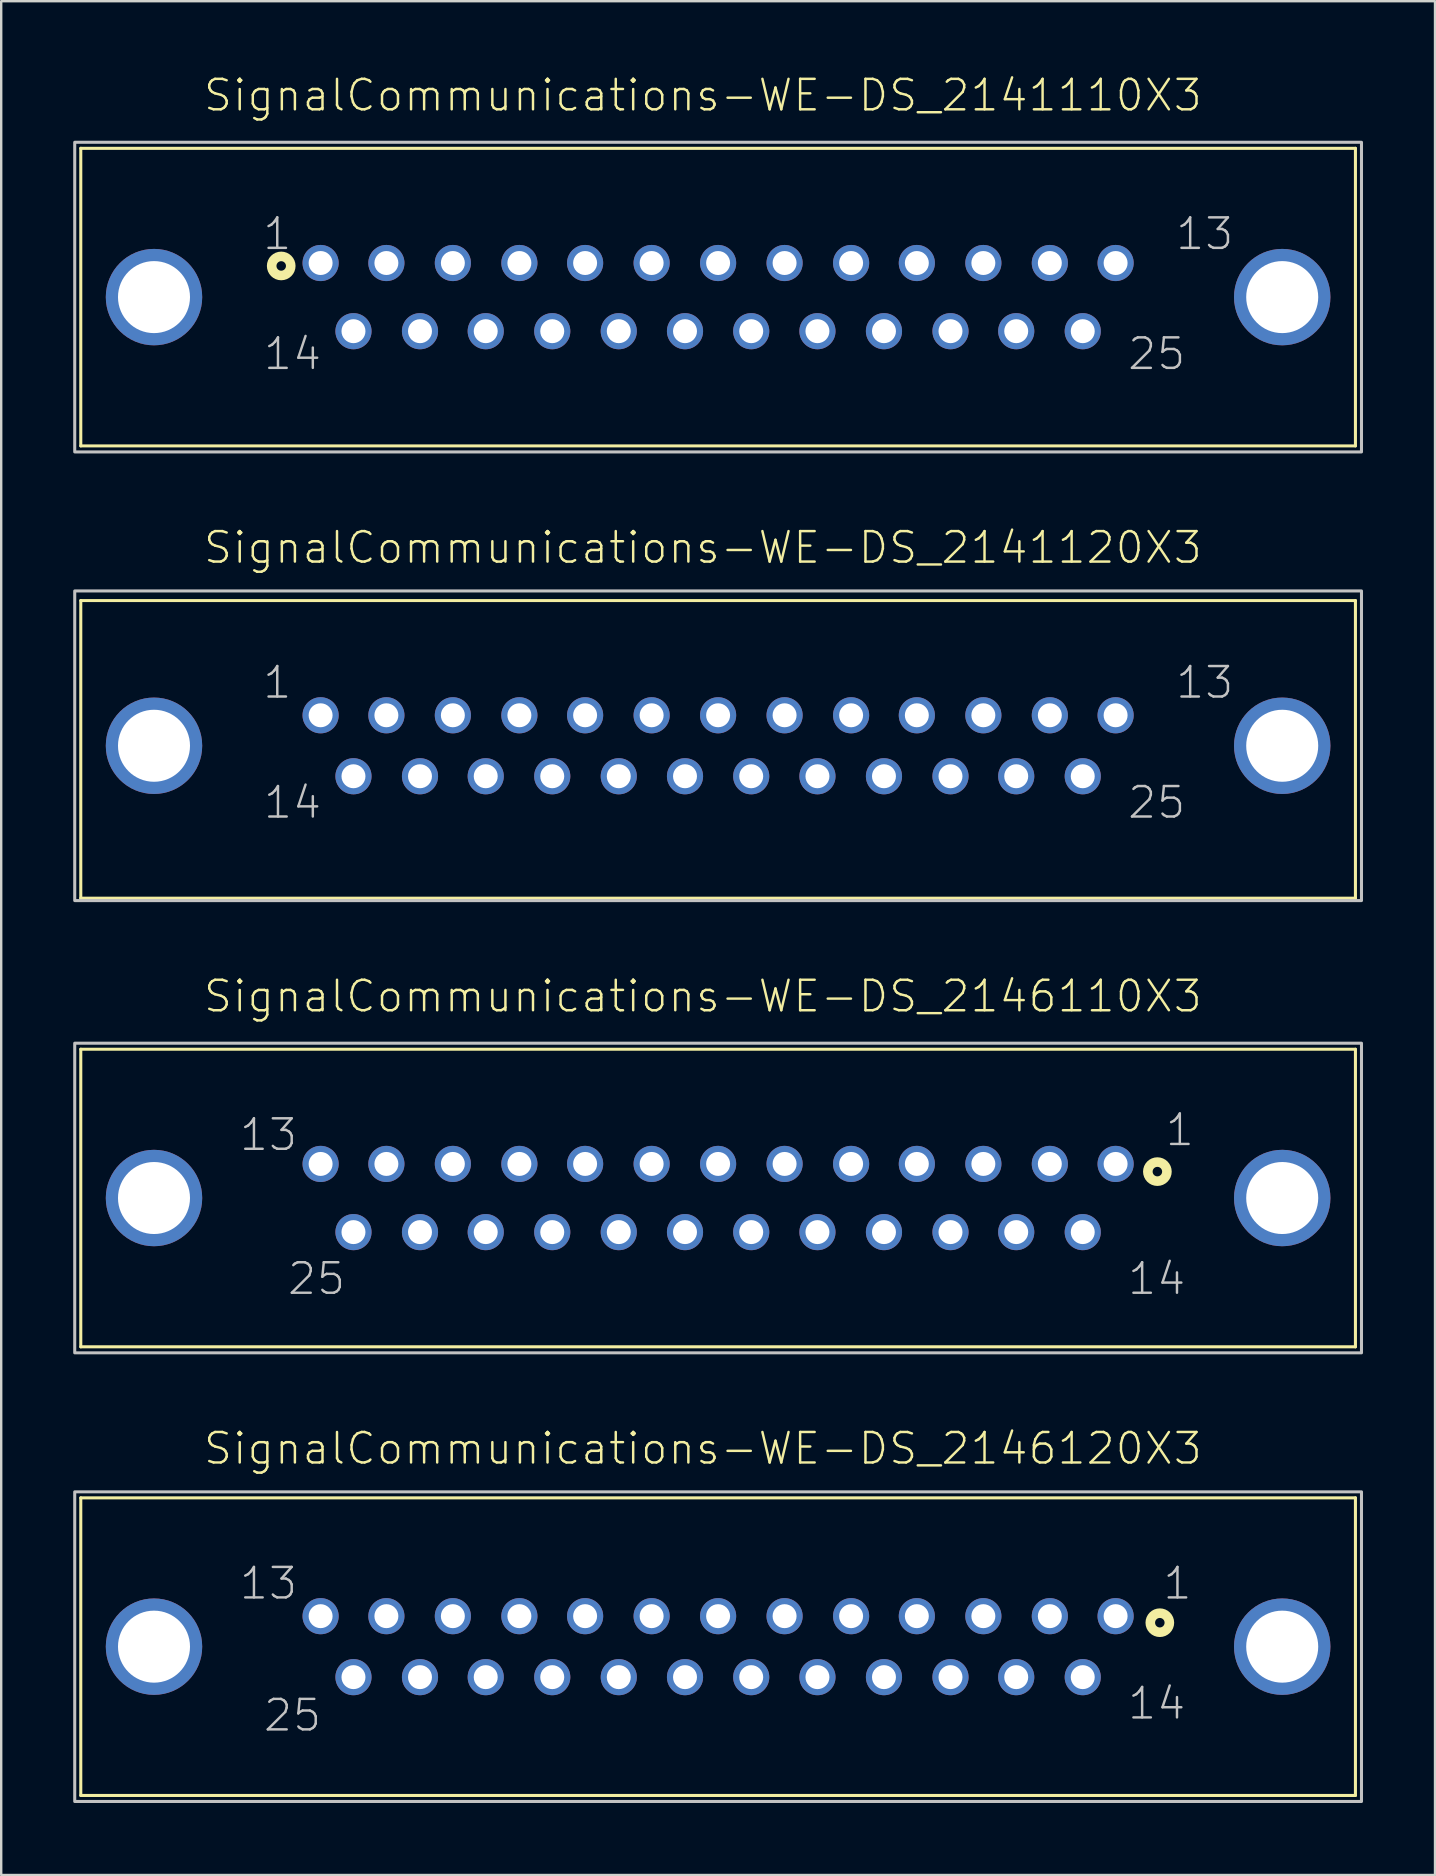
<source format=kicad_pcb>
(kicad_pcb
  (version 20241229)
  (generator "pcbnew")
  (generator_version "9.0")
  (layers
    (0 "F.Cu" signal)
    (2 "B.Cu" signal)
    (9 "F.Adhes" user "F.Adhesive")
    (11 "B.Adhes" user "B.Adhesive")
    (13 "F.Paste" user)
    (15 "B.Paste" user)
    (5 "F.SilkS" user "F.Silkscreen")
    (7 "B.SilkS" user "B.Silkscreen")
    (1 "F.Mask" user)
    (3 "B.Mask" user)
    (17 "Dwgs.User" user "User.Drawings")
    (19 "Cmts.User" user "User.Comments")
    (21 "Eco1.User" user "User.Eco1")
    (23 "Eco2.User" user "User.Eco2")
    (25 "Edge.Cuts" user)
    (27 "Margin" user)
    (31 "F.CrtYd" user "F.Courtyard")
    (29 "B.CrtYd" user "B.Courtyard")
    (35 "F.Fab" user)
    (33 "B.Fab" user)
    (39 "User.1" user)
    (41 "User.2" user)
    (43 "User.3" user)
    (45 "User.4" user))
  (footprint "SignalCommunications-WE-DS_2141110X3"
    (layer "F.Cu")
    (at 26.863 9.326)
    (property "Reference" "SignalCommunications-WE-DS_2141110X3" (at -0.635 -8.405 0) (layer "F.SilkS") (effects (font (size 1.27 1.27) (thickness 0.102))))
    (attr exclude_from_pos_files exclude_from_bom)
    (fp_line (start -26.548 -6.198) (end -26.548 6.198) (stroke (width 0.127) (type solid)) (layer "F.SilkS"))
    (fp_line (start -26.548 -6.198) (end 26.548 -6.198) (stroke (width 0.127) (type solid)) (layer "F.SilkS"))
    (fp_line (start -26.548 6.198) (end 26.548 6.198) (stroke (width 0.127) (type solid)) (layer "F.SilkS"))
    (fp_line (start 26.548 -6.198) (end 26.548 6.198) (stroke (width 0.127) (type solid)) (layer "F.SilkS"))
    (fp_circle (center -18.199 -1.298) (end -18.199 -1.496) (stroke (width 0.399) (type solid)) (fill no) (layer "F.SilkS"))
    (fp_poly (pts (xy -26.8 -6.449) (xy 26.8 -6.449) (xy 26.8 6.449) (xy -26.8 6.449) (xy -26.8 -6.449)) (stroke (width 0.127) (type solid)) (fill no) (layer "Dwgs.User"))
    (fp_text user "13" (at 20.269 -2.634 0) (layer "Dwgs.User") (effects (font (size 1.27 1.27) (thickness 0.102))))
    (fp_text user "14" (at -17.729 2.365 0) (layer "Dwgs.User") (effects (font (size 1.27 1.27) (thickness 0.102))))
    (fp_text user "25" (at 18.268 2.365 0) (layer "Dwgs.User") (effects (font (size 1.27 1.27) (thickness 0.102))))
    (fp_text user "1" (at -18.364 -2.634 0) (layer "Dwgs.User") (effects (font (size 1.27 1.27) (thickness 0.102))))
    (pad "1" thru_hole circle (at -16.558 -1.42) (size 1.506 1.506) (drill 0.998) (layers "*.Cu" "*.Paste" "*.Mask"))
    (pad "2" thru_hole circle (at -13.818 -1.42) (size 1.506 1.506) (drill 0.998) (layers "*.Cu" "*.Paste" "*.Mask"))
    (pad "3" thru_hole circle (at -11.049 -1.42) (size 1.506 1.506) (drill 0.998) (layers "*.Cu" "*.Paste" "*.Mask"))
    (pad "4" thru_hole circle (at -8.278 -1.42) (size 1.506 1.506) (drill 0.998) (layers "*.Cu" "*.Paste" "*.Mask"))
    (pad "5" thru_hole circle (at -5.54 -1.42) (size 1.506 1.506) (drill 0.998) (layers "*.Cu" "*.Paste" "*.Mask"))
    (pad "6" thru_hole circle (at -2.769 -1.42) (size 1.506 1.506) (drill 0.998) (layers "*.Cu" "*.Paste" "*.Mask"))
    (pad "7" thru_hole circle (at 0 -1.42) (size 1.506 1.506) (drill 0.998) (layers "*.Cu" "*.Paste" "*.Mask"))
    (pad "8" thru_hole circle (at 2.769 -1.42) (size 1.506 1.506) (drill 0.998) (layers "*.Cu" "*.Paste" "*.Mask"))
    (pad "9" thru_hole circle (at 5.54 -1.42) (size 1.506 1.506) (drill 0.998) (layers "*.Cu" "*.Paste" "*.Mask"))
    (pad "10" thru_hole circle (at 8.278 -1.42) (size 1.506 1.506) (drill 0.998) (layers "*.Cu" "*.Paste" "*.Mask"))
    (pad "11" thru_hole circle (at 11.049 -1.42) (size 1.506 1.506) (drill 0.998) (layers "*.Cu" "*.Paste" "*.Mask"))
    (pad "12" thru_hole circle (at 13.818 -1.42) (size 1.506 1.506) (drill 0.998) (layers "*.Cu" "*.Paste" "*.Mask"))
    (pad "13" thru_hole circle (at 16.558 -1.42) (size 1.506 1.506) (drill 0.998) (layers "*.Cu" "*.Paste" "*.Mask"))
    (pad "14" thru_hole circle (at -15.189 1.42) (size 1.506 1.506) (drill 0.998) (layers "*.Cu" "*.Paste" "*.Mask"))
    (pad "15" thru_hole circle (at -12.418 1.42) (size 1.506 1.506) (drill 0.998) (layers "*.Cu" "*.Paste" "*.Mask"))
    (pad "16" thru_hole circle (at -9.68 1.42) (size 1.506 1.506) (drill 0.998) (layers "*.Cu" "*.Paste" "*.Mask"))
    (pad "17" thru_hole circle (at -6.909 1.42) (size 1.506 1.506) (drill 0.998) (layers "*.Cu" "*.Paste" "*.Mask"))
    (pad "18" thru_hole circle (at -4.138 1.42) (size 1.506 1.506) (drill 0.998) (layers "*.Cu" "*.Paste" "*.Mask"))
    (pad "19" thru_hole circle (at -1.379 1.42) (size 1.506 1.506) (drill 0.998) (layers "*.Cu" "*.Paste" "*.Mask"))
    (pad "20" thru_hole circle (at 1.379 1.42) (size 1.506 1.506) (drill 0.998) (layers "*.Cu" "*.Paste" "*.Mask"))
    (pad "21" thru_hole circle (at 4.138 1.42) (size 1.506 1.506) (drill 0.998) (layers "*.Cu" "*.Paste" "*.Mask"))
    (pad "22" thru_hole circle (at 6.909 1.42) (size 1.506 1.506) (drill 0.998) (layers "*.Cu" "*.Paste" "*.Mask"))
    (pad "23" thru_hole circle (at 9.68 1.42) (size 1.506 1.506) (drill 0.998) (layers "*.Cu" "*.Paste" "*.Mask"))
    (pad "24" thru_hole circle (at 12.418 1.42) (size 1.506 1.506) (drill 0.998) (layers "*.Cu" "*.Paste" "*.Mask"))
    (pad "25" thru_hole circle (at 15.189 1.42) (size 1.506 1.506) (drill 0.998) (layers "*.Cu" "*.Paste" "*.Mask"))
    (pad "GND1" thru_hole circle (at -23.498 0) (size 4.016 4.016) (drill 3) (layers "*.Cu" "*.Paste" "*.Mask"))
    (pad "GND2" thru_hole circle (at 23.498 0) (size 4.016 4.016) (drill 3) (layers "*.Cu" "*.Paste" "*.Mask")))
  (footprint "SignalCommunications-WE-DS_2141120X3"
    (layer "F.Cu")
    (at 26.863 28.015)
    (property "Reference" "SignalCommunications-WE-DS_2141120X3" (at -0.635 -8.255 0) (layer "F.SilkS") (effects (font (size 1.27 1.27) (thickness 0.102))))
    (attr exclude_from_pos_files exclude_from_bom)
    (fp_line (start -26.548 -6.048) (end -26.548 6.35) (stroke (width 0.127) (type solid)) (layer "F.SilkS"))
    (fp_line (start -26.548 -6.048) (end 26.548 -6.048) (stroke (width 0.127) (type solid)) (layer "F.SilkS"))
    (fp_line (start -26.548 6.35) (end 26.548 6.35) (stroke (width 0.127) (type solid)) (layer "F.SilkS"))
    (fp_line (start 26.548 -6.048) (end 26.548 6.35) (stroke (width 0.127) (type solid)) (layer "F.SilkS"))
    (fp_poly (pts (xy -26.8 -6.449) (xy 26.8 -6.449) (xy 26.8 6.449) (xy -26.8 6.449) (xy -26.8 -6.449)) (stroke (width 0.127) (type solid)) (fill no) (layer "Dwgs.User"))
    (fp_text user "13" (at 20.269 -2.634 0) (layer "Dwgs.User") (effects (font (size 1.27 1.27) (thickness 0.102))))
    (fp_text user "25" (at 18.268 2.365 0) (layer "Dwgs.User") (effects (font (size 1.27 1.27) (thickness 0.102))))
    (fp_text user "14" (at -17.729 2.365 0) (layer "Dwgs.User") (effects (font (size 1.27 1.27) (thickness 0.102))))
    (fp_text user "1" (at -18.364 -2.634 0) (layer "Dwgs.User") (effects (font (size 1.27 1.27) (thickness 0.102))))
    (pad "1" thru_hole circle (at -16.558 -1.27) (size 1.506 1.506) (drill 0.998) (layers "*.Cu" "*.Paste" "*.Mask"))
    (pad "2" thru_hole circle (at -13.818 -1.27) (size 1.506 1.506) (drill 0.998) (layers "*.Cu" "*.Paste" "*.Mask"))
    (pad "3" thru_hole circle (at -11.049 -1.27) (size 1.506 1.506) (drill 0.998) (layers "*.Cu" "*.Paste" "*.Mask"))
    (pad "4" thru_hole circle (at -8.278 -1.27) (size 1.506 1.506) (drill 0.998) (layers "*.Cu" "*.Paste" "*.Mask"))
    (pad "5" thru_hole circle (at -5.54 -1.27) (size 1.506 1.506) (drill 0.998) (layers "*.Cu" "*.Paste" "*.Mask"))
    (pad "6" thru_hole circle (at -2.769 -1.27) (size 1.506 1.506) (drill 0.998) (layers "*.Cu" "*.Paste" "*.Mask"))
    (pad "7" thru_hole circle (at 0 -1.27) (size 1.506 1.506) (drill 0.998) (layers "*.Cu" "*.Paste" "*.Mask"))
    (pad "8" thru_hole circle (at 2.769 -1.27) (size 1.506 1.506) (drill 0.998) (layers "*.Cu" "*.Paste" "*.Mask"))
    (pad "9" thru_hole circle (at 5.54 -1.27) (size 1.506 1.506) (drill 0.998) (layers "*.Cu" "*.Paste" "*.Mask"))
    (pad "10" thru_hole circle (at 8.278 -1.27) (size 1.506 1.506) (drill 0.998) (layers "*.Cu" "*.Paste" "*.Mask"))
    (pad "11" thru_hole circle (at 11.049 -1.27) (size 1.506 1.506) (drill 0.998) (layers "*.Cu" "*.Paste" "*.Mask"))
    (pad "12" thru_hole circle (at 13.818 -1.27) (size 1.506 1.506) (drill 0.998) (layers "*.Cu" "*.Paste" "*.Mask"))
    (pad "13" thru_hole circle (at 16.558 -1.27) (size 1.506 1.506) (drill 0.998) (layers "*.Cu" "*.Paste" "*.Mask"))
    (pad "14" thru_hole circle (at -15.189 1.27) (size 1.506 1.506) (drill 0.998) (layers "*.Cu" "*.Paste" "*.Mask"))
    (pad "15" thru_hole circle (at -12.418 1.27) (size 1.506 1.506) (drill 0.998) (layers "*.Cu" "*.Paste" "*.Mask"))
    (pad "16" thru_hole circle (at -9.68 1.27) (size 1.506 1.506) (drill 0.998) (layers "*.Cu" "*.Paste" "*.Mask"))
    (pad "17" thru_hole circle (at -6.909 1.27) (size 1.506 1.506) (drill 0.998) (layers "*.Cu" "*.Paste" "*.Mask"))
    (pad "18" thru_hole circle (at -4.138 1.27) (size 1.506 1.506) (drill 0.998) (layers "*.Cu" "*.Paste" "*.Mask"))
    (pad "19" thru_hole circle (at -1.379 1.27) (size 1.506 1.506) (drill 0.998) (layers "*.Cu" "*.Paste" "*.Mask"))
    (pad "20" thru_hole circle (at 1.379 1.27) (size 1.506 1.506) (drill 0.998) (layers "*.Cu" "*.Paste" "*.Mask"))
    (pad "21" thru_hole circle (at 4.138 1.27) (size 1.506 1.506) (drill 0.998) (layers "*.Cu" "*.Paste" "*.Mask"))
    (pad "22" thru_hole circle (at 6.909 1.27) (size 1.506 1.506) (drill 0.998) (layers "*.Cu" "*.Paste" "*.Mask"))
    (pad "23" thru_hole circle (at 9.68 1.27) (size 1.506 1.506) (drill 0.998) (layers "*.Cu" "*.Paste" "*.Mask"))
    (pad "24" thru_hole circle (at 12.418 1.27) (size 1.506 1.506) (drill 0.998) (layers "*.Cu" "*.Paste" "*.Mask"))
    (pad "25" thru_hole circle (at 15.189 1.27) (size 1.506 1.506) (drill 0.998) (layers "*.Cu" "*.Paste" "*.Mask"))
    (pad "GND1" thru_hole circle (at -23.498 0) (size 4.016 4.016) (drill 3) (layers "*.Cu" "*.Paste" "*.Mask"))
    (pad "GND2" thru_hole circle (at 23.498 0) (size 4.016 4.016) (drill 3) (layers "*.Cu" "*.Paste" "*.Mask")))
  (footprint "SignalCommunications-WE-DS_2146120X3"
    (layer "F.Cu")
    (at 26.863 65.542)
    (property "Reference" "SignalCommunications-WE-DS_2146120X3" (at -0.635 -8.255 0) (layer "F.SilkS") (effects (font (size 1.27 1.27) (thickness 0.102))))
    (attr exclude_from_pos_files exclude_from_bom)
    (fp_line (start -26.548 -6.198) (end -26.548 6.198) (stroke (width 0.127) (type solid)) (layer "F.SilkS"))
    (fp_line (start -26.548 -6.198) (end 26.548 -6.198) (stroke (width 0.127) (type solid)) (layer "F.SilkS"))
    (fp_line (start -26.548 6.198) (end 26.548 6.198) (stroke (width 0.127) (type solid)) (layer "F.SilkS"))
    (fp_line (start 26.548 -6.198) (end 26.548 6.198) (stroke (width 0.127) (type solid)) (layer "F.SilkS"))
    (fp_circle (center 18.4 -0.998) (end 18.4 -1.196) (stroke (width 0.399) (type solid)) (fill no) (layer "F.SilkS"))
    (fp_poly (pts (xy -26.8 -6.449) (xy 26.8 -6.449) (xy 26.8 6.449) (xy -26.8 6.449) (xy -26.8 -6.449)) (stroke (width 0.127) (type solid)) (fill no) (layer "Dwgs.User"))
    (fp_text user "14" (at 18.268 2.365 0) (layer "Dwgs.User") (effects (font (size 1.27 1.27) (thickness 0.102))))
    (fp_text user "1" (at 19.134 -2.634 0) (layer "Dwgs.User") (effects (font (size 1.27 1.27) (thickness 0.102))))
    (fp_text user "25" (at -17.729 2.863 0) (layer "Dwgs.User") (effects (font (size 1.27 1.27) (thickness 0.102))))
    (fp_text user "13" (at -18.73 -2.634 0) (layer "Dwgs.User") (effects (font (size 1.27 1.27) (thickness 0.102))))
    (pad "1" thru_hole circle (at 16.558 -1.27) (size 1.506 1.506) (drill 0.998) (layers "*.Cu" "*.Paste" "*.Mask"))
    (pad "2" thru_hole circle (at 13.818 -1.27) (size 1.506 1.506) (drill 0.998) (layers "*.Cu" "*.Paste" "*.Mask"))
    (pad "3" thru_hole circle (at 11.049 -1.27) (size 1.506 1.506) (drill 0.998) (layers "*.Cu" "*.Paste" "*.Mask"))
    (pad "4" thru_hole circle (at 8.278 -1.27) (size 1.506 1.506) (drill 0.998) (layers "*.Cu" "*.Paste" "*.Mask"))
    (pad "5" thru_hole circle (at 5.54 -1.27) (size 1.506 1.506) (drill 0.998) (layers "*.Cu" "*.Paste" "*.Mask"))
    (pad "6" thru_hole circle (at 2.769 -1.27) (size 1.506 1.506) (drill 0.998) (layers "*.Cu" "*.Paste" "*.Mask"))
    (pad "7" thru_hole circle (at 0 -1.27) (size 1.506 1.506) (drill 0.998) (layers "*.Cu" "*.Paste" "*.Mask"))
    (pad "8" thru_hole circle (at -2.769 -1.27) (size 1.506 1.506) (drill 0.998) (layers "*.Cu" "*.Paste" "*.Mask"))
    (pad "9" thru_hole circle (at -5.54 -1.27) (size 1.506 1.506) (drill 0.998) (layers "*.Cu" "*.Paste" "*.Mask"))
    (pad "10" thru_hole circle (at -8.278 -1.27) (size 1.506 1.506) (drill 0.998) (layers "*.Cu" "*.Paste" "*.Mask"))
    (pad "11" thru_hole circle (at -11.049 -1.27) (size 1.506 1.506) (drill 0.998) (layers "*.Cu" "*.Paste" "*.Mask"))
    (pad "12" thru_hole circle (at -13.818 -1.27) (size 1.506 1.506) (drill 0.998) (layers "*.Cu" "*.Paste" "*.Mask"))
    (pad "13" thru_hole circle (at -16.558 -1.27) (size 1.506 1.506) (drill 0.998) (layers "*.Cu" "*.Paste" "*.Mask"))
    (pad "14" thru_hole circle (at 15.189 1.27) (size 1.506 1.506) (drill 0.998) (layers "*.Cu" "*.Paste" "*.Mask"))
    (pad "15" thru_hole circle (at 12.418 1.27) (size 1.506 1.506) (drill 0.998) (layers "*.Cu" "*.Paste" "*.Mask"))
    (pad "16" thru_hole circle (at 9.68 1.27) (size 1.506 1.506) (drill 0.998) (layers "*.Cu" "*.Paste" "*.Mask"))
    (pad "17" thru_hole circle (at 6.909 1.27) (size 1.506 1.506) (drill 0.998) (layers "*.Cu" "*.Paste" "*.Mask"))
    (pad "18" thru_hole circle (at 4.138 1.27) (size 1.506 1.506) (drill 0.998) (layers "*.Cu" "*.Paste" "*.Mask"))
    (pad "19" thru_hole circle (at 1.379 1.27) (size 1.506 1.506) (drill 0.998) (layers "*.Cu" "*.Paste" "*.Mask"))
    (pad "20" thru_hole circle (at -1.379 1.27) (size 1.506 1.506) (drill 0.998) (layers "*.Cu" "*.Paste" "*.Mask"))
    (pad "21" thru_hole circle (at -4.138 1.27) (size 1.506 1.506) (drill 0.998) (layers "*.Cu" "*.Paste" "*.Mask"))
    (pad "22" thru_hole circle (at -6.909 1.27) (size 1.506 1.506) (drill 0.998) (layers "*.Cu" "*.Paste" "*.Mask"))
    (pad "23" thru_hole circle (at -9.68 1.27) (size 1.506 1.506) (drill 0.998) (layers "*.Cu" "*.Paste" "*.Mask"))
    (pad "24" thru_hole circle (at -12.418 1.27) (size 1.506 1.506) (drill 0.998) (layers "*.Cu" "*.Paste" "*.Mask"))
    (pad "25" thru_hole circle (at -15.189 1.27) (size 1.506 1.506) (drill 0.998) (layers "*.Cu" "*.Paste" "*.Mask"))
    (pad "GND1" thru_hole circle (at -23.498 0) (size 4.016 4.016) (drill 3) (layers "*.Cu" "*.Paste" "*.Mask"))
    (pad "GND2" thru_hole circle (at 23.498 0) (size 4.016 4.016) (drill 3) (layers "*.Cu" "*.Paste" "*.Mask")))
  (footprint "SignalCommunications-WE-DS_2146110X3"
    (layer "F.Cu")
    (at 26.863 46.854)
    (property "Reference" "SignalCommunications-WE-DS_2146110X3" (at -0.635 -8.405 0) (layer "F.SilkS") (effects (font (size 1.27 1.27) (thickness 0.102))))
    (attr exclude_from_pos_files exclude_from_bom)
    (fp_line (start -26.548 -6.198) (end -26.548 6.198) (stroke (width 0.127) (type solid)) (layer "F.SilkS"))
    (fp_line (start -26.548 -6.198) (end 26.548 -6.198) (stroke (width 0.127) (type solid)) (layer "F.SilkS"))
    (fp_line (start -26.548 6.198) (end 26.548 6.198) (stroke (width 0.127) (type solid)) (layer "F.SilkS"))
    (fp_line (start 26.548 -6.198) (end 26.548 6.198) (stroke (width 0.127) (type solid)) (layer "F.SilkS"))
    (fp_circle (center 18.298 -1.1) (end 18.298 -1.298) (stroke (width 0.399) (type solid)) (fill no) (layer "F.SilkS"))
    (fp_poly (pts (xy -26.8 -6.449) (xy 26.8 -6.449) (xy 26.8 6.449) (xy -26.8 6.449) (xy -26.8 -6.449)) (stroke (width 0.127) (type solid)) (fill no) (layer "Dwgs.User"))
    (fp_text user "1" (at 19.233 -2.835 0) (layer "Dwgs.User") (effects (font (size 1.27 1.27) (thickness 0.102))))
    (fp_text user "13" (at -18.73 -2.634 0) (layer "Dwgs.User") (effects (font (size 1.27 1.27) (thickness 0.102))))
    (fp_text user "25" (at -16.728 3.363 0) (layer "Dwgs.User") (effects (font (size 1.27 1.27) (thickness 0.102))))
    (fp_text user "14" (at 18.268 3.363 0) (layer "Dwgs.User") (effects (font (size 1.27 1.27) (thickness 0.102))))
    (pad "1" thru_hole circle (at 16.558 -1.42) (size 1.506 1.506) (drill 0.998) (layers "*.Cu" "*.Paste" "*.Mask"))
    (pad "2" thru_hole circle (at 13.818 -1.42) (size 1.506 1.506) (drill 0.998) (layers "*.Cu" "*.Paste" "*.Mask"))
    (pad "3" thru_hole circle (at 11.049 -1.42) (size 1.506 1.506) (drill 0.998) (layers "*.Cu" "*.Paste" "*.Mask"))
    (pad "4" thru_hole circle (at 8.278 -1.42) (size 1.506 1.506) (drill 0.998) (layers "*.Cu" "*.Paste" "*.Mask"))
    (pad "5" thru_hole circle (at 5.54 -1.42) (size 1.506 1.506) (drill 0.998) (layers "*.Cu" "*.Paste" "*.Mask"))
    (pad "6" thru_hole circle (at 2.769 -1.42) (size 1.506 1.506) (drill 0.998) (layers "*.Cu" "*.Paste" "*.Mask"))
    (pad "7" thru_hole circle (at 0 -1.42) (size 1.506 1.506) (drill 0.998) (layers "*.Cu" "*.Paste" "*.Mask"))
    (pad "8" thru_hole circle (at -2.769 -1.42) (size 1.506 1.506) (drill 0.998) (layers "*.Cu" "*.Paste" "*.Mask"))
    (pad "9" thru_hole circle (at -5.54 -1.42) (size 1.506 1.506) (drill 0.998) (layers "*.Cu" "*.Paste" "*.Mask"))
    (pad "10" thru_hole circle (at -8.278 -1.42) (size 1.506 1.506) (drill 0.998) (layers "*.Cu" "*.Paste" "*.Mask"))
    (pad "11" thru_hole circle (at -11.049 -1.42) (size 1.506 1.506) (drill 0.998) (layers "*.Cu" "*.Paste" "*.Mask"))
    (pad "12" thru_hole circle (at -13.818 -1.42) (size 1.506 1.506) (drill 0.998) (layers "*.Cu" "*.Paste" "*.Mask"))
    (pad "13" thru_hole circle (at -16.558 -1.42) (size 1.506 1.506) (drill 0.998) (layers "*.Cu" "*.Paste" "*.Mask"))
    (pad "14" thru_hole circle (at 15.189 1.42) (size 1.506 1.506) (drill 0.998) (layers "*.Cu" "*.Paste" "*.Mask"))
    (pad "15" thru_hole circle (at 12.418 1.42) (size 1.506 1.506) (drill 0.998) (layers "*.Cu" "*.Paste" "*.Mask"))
    (pad "16" thru_hole circle (at 9.68 1.42) (size 1.506 1.506) (drill 0.998) (layers "*.Cu" "*.Paste" "*.Mask"))
    (pad "17" thru_hole circle (at 6.909 1.42) (size 1.506 1.506) (drill 0.998) (layers "*.Cu" "*.Paste" "*.Mask"))
    (pad "18" thru_hole circle (at 4.138 1.42) (size 1.506 1.506) (drill 0.998) (layers "*.Cu" "*.Paste" "*.Mask"))
    (pad "19" thru_hole circle (at 1.379 1.42) (size 1.506 1.506) (drill 0.998) (layers "*.Cu" "*.Paste" "*.Mask"))
    (pad "20" thru_hole circle (at -1.379 1.42) (size 1.506 1.506) (drill 0.998) (layers "*.Cu" "*.Paste" "*.Mask"))
    (pad "21" thru_hole circle (at -4.138 1.42) (size 1.506 1.506) (drill 0.998) (layers "*.Cu" "*.Paste" "*.Mask"))
    (pad "22" thru_hole circle (at -6.909 1.42) (size 1.506 1.506) (drill 0.998) (layers "*.Cu" "*.Paste" "*.Mask"))
    (pad "23" thru_hole circle (at -9.68 1.42) (size 1.506 1.506) (drill 0.998) (layers "*.Cu" "*.Paste" "*.Mask"))
    (pad "24" thru_hole circle (at -12.418 1.42) (size 1.506 1.506) (drill 0.998) (layers "*.Cu" "*.Paste" "*.Mask"))
    (pad "25" thru_hole circle (at -15.189 1.42) (size 1.506 1.506) (drill 0.998) (layers "*.Cu" "*.Paste" "*.Mask"))
    (pad "GND1" thru_hole circle (at -23.498 0) (size 4.016 4.016) (drill 3) (layers "*.Cu" "*.Paste" "*.Mask"))
    (pad "GND2" thru_hole circle (at 23.498 0) (size 4.016 4.016) (drill 3) (layers "*.Cu" "*.Paste" "*.Mask")))
  (gr_rect
    (start -3 -3)
    (end 56.726 75.055)
    (stroke (width 0.1) (type default))
    (fill no)
    (layer "Edge.Cuts")))
</source>
